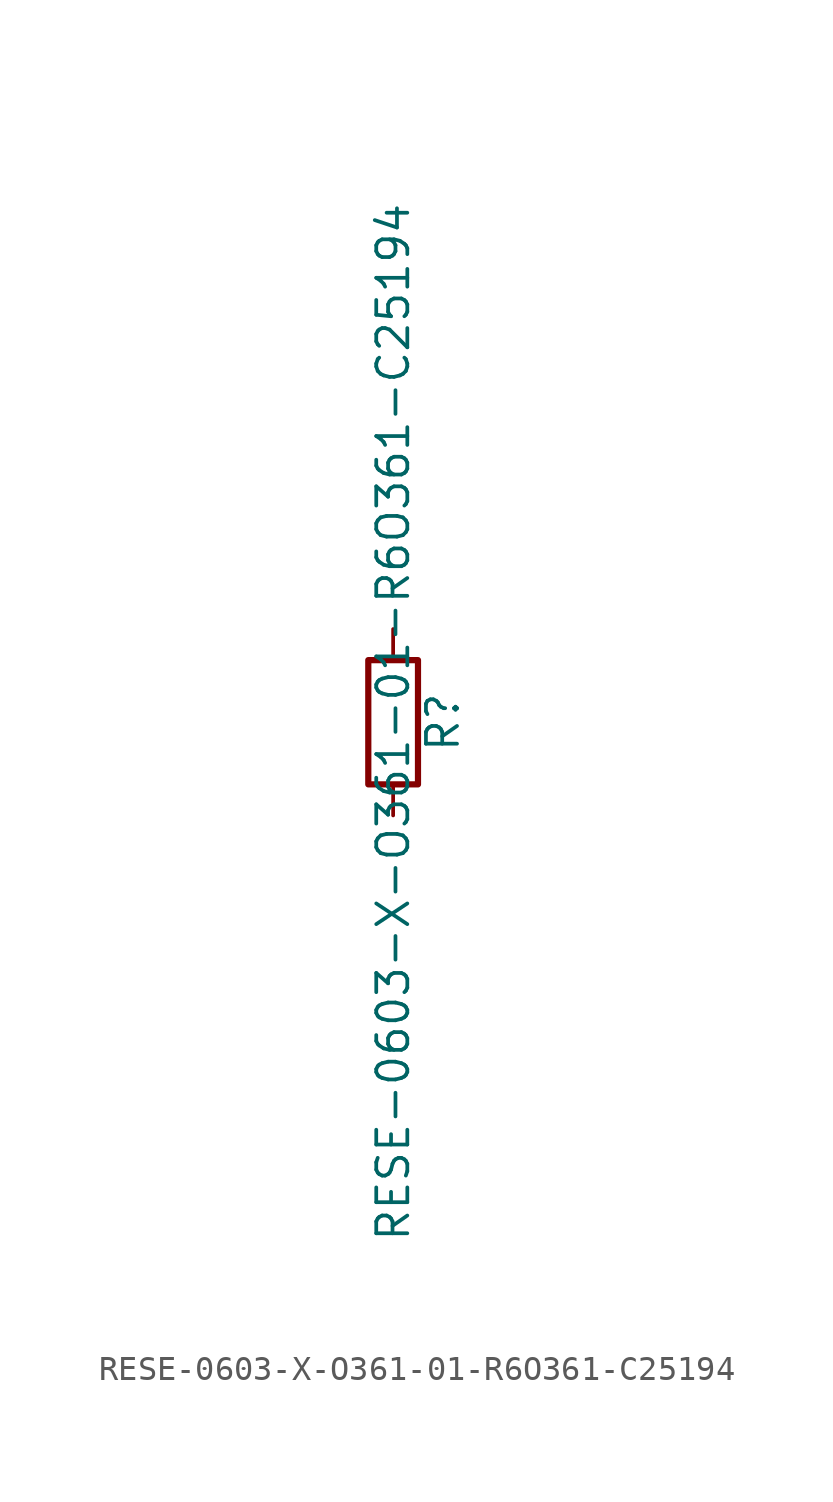
<source format=kicad_sym>
(kicad_symbol_lib
  (version 20211014)
  (generator kicad_symbol_editor)
  (symbol "RESE-0603-X-O361-01-R6O361-C25194"
    (pin_numbers hide)
    (pin_names
      (offset 0))
    (property "Reference" "R"
      (at 2.032 0 90)
      (effects (font (size 1.27 1.27))))
    (property "Value" "RESE-0603-X-O361-01-R6O361-C25194"
      (at 0 0 90)
      (effects (font (size 1.27 1.27))))
    (symbol "RESE-0603-X-O361-01-R6O361-C25194_0_1"
      (rectangle (start -1.016 -2.54) (end 1.016 2.54) (stroke (width 0.254) (type default) (color 0 0 0 0)) (fill (type none))))
    (symbol "RESE-0603-X-O361-01-R6O361-C25194_1_1"
      (pin passive line (at 0 3.81 270) (length 1.27) (name "~" (effects (font (size 1.27 1.27)))) (number "1" (effects (font (size 1.27 1.27)))))
      (pin passive line (at 0 -3.81 90) (length 1.27) (name "~" (effects (font (size 1.27 1.27)))) (number "2" (effects (font (size 1.27 1.27))))))))
</source>
